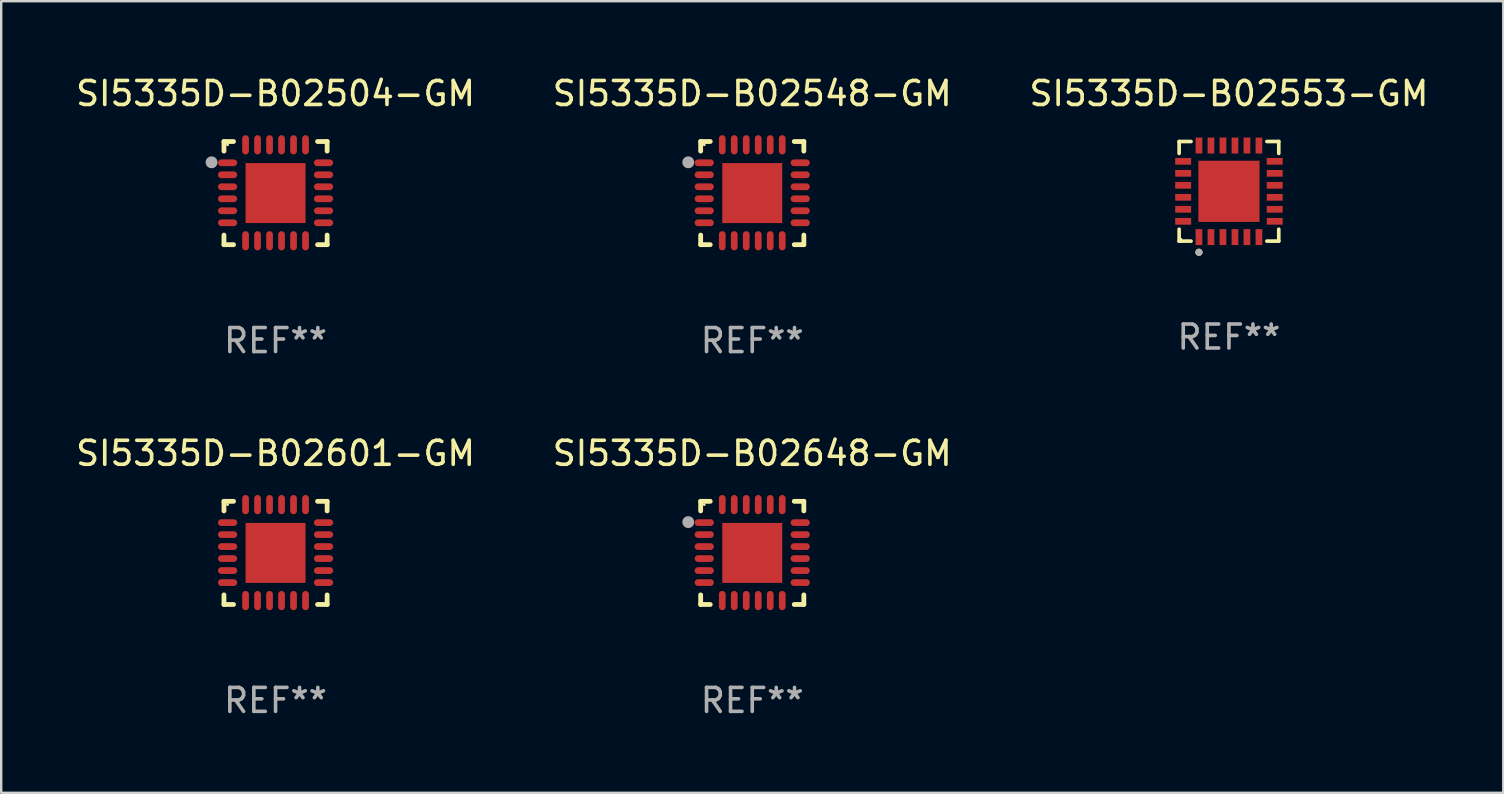
<source format=kicad_pcb>
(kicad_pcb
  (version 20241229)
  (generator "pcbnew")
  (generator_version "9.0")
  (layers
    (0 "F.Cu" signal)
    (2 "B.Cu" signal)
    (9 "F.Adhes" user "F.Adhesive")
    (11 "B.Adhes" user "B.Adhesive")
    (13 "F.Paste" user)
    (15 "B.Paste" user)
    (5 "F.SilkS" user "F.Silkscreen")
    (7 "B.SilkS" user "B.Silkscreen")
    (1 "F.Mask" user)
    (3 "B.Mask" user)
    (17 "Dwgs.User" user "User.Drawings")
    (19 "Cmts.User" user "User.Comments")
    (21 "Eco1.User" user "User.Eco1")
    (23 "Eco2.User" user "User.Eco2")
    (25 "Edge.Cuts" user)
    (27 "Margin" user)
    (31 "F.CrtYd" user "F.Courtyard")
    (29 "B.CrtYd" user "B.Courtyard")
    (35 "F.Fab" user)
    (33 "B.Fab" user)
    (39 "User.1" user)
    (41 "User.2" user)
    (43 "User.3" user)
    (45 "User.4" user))
  (footprint "SI5335D-B02504-GM"
    (layer "F.Cu")
    (at 8.435 4.998)
    (property "Reference" "SI5335D-B02504-GM" (at 0 -4.15 0) (layer "F.SilkS") (effects (font (size 1 1) (thickness 0.15))))
    (attr through_hole)
    (fp_line (start -2.15 -2.15) (end -1.75 -2.15) (stroke (width 0.2) (type solid)) (layer "F.SilkS"))
    (fp_line (start -2.15 -1.75) (end -2.15 -2.15) (stroke (width 0.2) (type solid)) (layer "F.SilkS"))
    (fp_line (start -2.15 2.15) (end -2.15 1.75) (stroke (width 0.2) (type solid)) (layer "F.SilkS"))
    (fp_line (start -1.75 2.15) (end -2.15 2.15) (stroke (width 0.2) (type solid)) (layer "F.SilkS"))
    (fp_line (start 1.75 -2.15) (end 2.15 -2.15) (stroke (width 0.2) (type solid)) (layer "F.SilkS"))
    (fp_line (start 1.75 2.15) (end 2.15 2.15) (stroke (width 0.2) (type solid)) (layer "F.SilkS"))
    (fp_line (start 2.15 -2.15) (end 2.15 -1.75) (stroke (width 0.2) (type solid)) (layer "F.SilkS"))
    (fp_line (start 2.15 2.15) (end 2.15 1.75) (stroke (width 0.2) (type solid)) (layer "F.SilkS"))
    (fp_circle (center -2 -2.013) (end -1.97 -2.013) (stroke (width 0.06) (type solid)) (fill no) (layer "F.SilkS"))
    (fp_circle (center -2.667 -1.283) (end -2.542 -1.283) (stroke (width 0.25) (type solid)) (fill no) (layer "F.Fab"))
    (fp_text user "REF**" (at 0 6.15 0) (layer "F.Fab") (effects (font (size 1 1) (thickness 0.15))))
    (pad "1" smd oval (at -2 -1.263) (size 0.8 0.28) (layers "F.Cu" "F.Mask" "F.Paste"))
    (pad "2" smd oval (at -2 -0.763) (size 0.8 0.28) (layers "F.Cu" "F.Mask" "F.Paste"))
    (pad "3" smd oval (at -2 -0.263) (size 0.8 0.28) (layers "F.Cu" "F.Mask" "F.Paste"))
    (pad "4" smd oval (at -2 0.237) (size 0.8 0.28) (layers "F.Cu" "F.Mask" "F.Paste"))
    (pad "5" smd oval (at -2 0.737) (size 0.8 0.28) (layers "F.Cu" "F.Mask" "F.Paste"))
    (pad "6" smd oval (at -2 1.237) (size 0.8 0.28) (layers "F.Cu" "F.Mask" "F.Paste"))
    (pad "7" smd oval (at -1.25 1.987) (size 0.28 0.8) (layers "F.Cu" "F.Mask" "F.Paste"))
    (pad "8" smd oval (at -0.75 1.987) (size 0.28 0.8) (layers "F.Cu" "F.Mask" "F.Paste"))
    (pad "9" smd oval (at -0.25 1.987) (size 0.28 0.8) (layers "F.Cu" "F.Mask" "F.Paste"))
    (pad "10" smd oval (at 0.25 1.987) (size 0.28 0.8) (layers "F.Cu" "F.Mask" "F.Paste"))
    (pad "11" smd oval (at 0.75 1.987) (size 0.28 0.8) (layers "F.Cu" "F.Mask" "F.Paste"))
    (pad "12" smd oval (at 1.25 1.987) (size 0.28 0.8) (layers "F.Cu" "F.Mask" "F.Paste"))
    (pad "13" smd oval (at 2 1.237) (size 0.8 0.28) (layers "F.Cu" "F.Mask" "F.Paste"))
    (pad "14" smd oval (at 2 0.737) (size 0.8 0.28) (layers "F.Cu" "F.Mask" "F.Paste"))
    (pad "15" smd oval (at 2 0.237) (size 0.8 0.28) (layers "F.Cu" "F.Mask" "F.Paste"))
    (pad "16" smd oval (at 2 -0.263) (size 0.8 0.28) (layers "F.Cu" "F.Mask" "F.Paste"))
    (pad "17" smd oval (at 2 -0.763) (size 0.8 0.28) (layers "F.Cu" "F.Mask" "F.Paste"))
    (pad "18" smd oval (at 2 -1.263) (size 0.8 0.28) (layers "F.Cu" "F.Mask" "F.Paste"))
    (pad "19" smd oval (at 1.25 -2.013) (size 0.28 0.8) (layers "F.Cu" "F.Mask" "F.Paste"))
    (pad "20" smd oval (at 0.75 -2.013) (size 0.28 0.8) (layers "F.Cu" "F.Mask" "F.Paste"))
    (pad "21" smd oval (at 0.25 -2.013) (size 0.28 0.8) (layers "F.Cu" "F.Mask" "F.Paste"))
    (pad "22" smd oval (at -0.25 -2.013) (size 0.28 0.8) (layers "F.Cu" "F.Mask" "F.Paste"))
    (pad "23" smd oval (at -0.75 -2.013) (size 0.28 0.8) (layers "F.Cu" "F.Mask" "F.Paste"))
    (pad "24" smd oval (at -1.25 -2.013) (size 0.28 0.8) (layers "F.Cu" "F.Mask" "F.Paste"))
    (pad "25" smd rect (at -0.000127 -0.00014) (size 2.5 2.5) (layers "F.Cu" "F.Mask" "F.Paste")))
  (footprint "SI5335D-B02648-GM"
    (layer "F.Cu")
    (at 28.304 19.995)
    (property "Reference" "SI5335D-B02648-GM" (at 0 -4.15 0) (layer "F.SilkS") (effects (font (size 1 1) (thickness 0.15))))
    (attr through_hole)
    (fp_line (start -2.15 -2.15) (end -1.75 -2.15) (stroke (width 0.2) (type solid)) (layer "F.SilkS"))
    (fp_line (start -2.15 -1.75) (end -2.15 -2.15) (stroke (width 0.2) (type solid)) (layer "F.SilkS"))
    (fp_line (start -2.15 2.15) (end -2.15 1.75) (stroke (width 0.2) (type solid)) (layer "F.SilkS"))
    (fp_line (start -1.75 2.15) (end -2.15 2.15) (stroke (width 0.2) (type solid)) (layer "F.SilkS"))
    (fp_line (start 1.75 -2.15) (end 2.15 -2.15) (stroke (width 0.2) (type solid)) (layer "F.SilkS"))
    (fp_line (start 1.75 2.15) (end 2.15 2.15) (stroke (width 0.2) (type solid)) (layer "F.SilkS"))
    (fp_line (start 2.15 -2.15) (end 2.15 -1.75) (stroke (width 0.2) (type solid)) (layer "F.SilkS"))
    (fp_line (start 2.15 2.15) (end 2.15 1.75) (stroke (width 0.2) (type solid)) (layer "F.SilkS"))
    (fp_circle (center -2 -2.013) (end -1.97 -2.013) (stroke (width 0.06) (type solid)) (fill no) (layer "F.SilkS"))
    (fp_circle (center -2.667 -1.283) (end -2.542 -1.283) (stroke (width 0.25) (type solid)) (fill no) (layer "F.Fab"))
    (fp_text user "REF**" (at 0 6.15 0) (layer "F.Fab") (effects (font (size 1 1) (thickness 0.15))))
    (pad "1" smd oval (at -2 -1.263) (size 0.8 0.28) (layers "F.Cu" "F.Mask" "F.Paste"))
    (pad "2" smd oval (at -2 -0.763) (size 0.8 0.28) (layers "F.Cu" "F.Mask" "F.Paste"))
    (pad "3" smd oval (at -2 -0.263) (size 0.8 0.28) (layers "F.Cu" "F.Mask" "F.Paste"))
    (pad "4" smd oval (at -2 0.237) (size 0.8 0.28) (layers "F.Cu" "F.Mask" "F.Paste"))
    (pad "5" smd oval (at -2 0.737) (size 0.8 0.28) (layers "F.Cu" "F.Mask" "F.Paste"))
    (pad "6" smd oval (at -2 1.237) (size 0.8 0.28) (layers "F.Cu" "F.Mask" "F.Paste"))
    (pad "7" smd oval (at -1.25 1.987) (size 0.28 0.8) (layers "F.Cu" "F.Mask" "F.Paste"))
    (pad "8" smd oval (at -0.75 1.987) (size 0.28 0.8) (layers "F.Cu" "F.Mask" "F.Paste"))
    (pad "9" smd oval (at -0.25 1.987) (size 0.28 0.8) (layers "F.Cu" "F.Mask" "F.Paste"))
    (pad "10" smd oval (at 0.25 1.987) (size 0.28 0.8) (layers "F.Cu" "F.Mask" "F.Paste"))
    (pad "11" smd oval (at 0.75 1.987) (size 0.28 0.8) (layers "F.Cu" "F.Mask" "F.Paste"))
    (pad "12" smd oval (at 1.25 1.987) (size 0.28 0.8) (layers "F.Cu" "F.Mask" "F.Paste"))
    (pad "13" smd oval (at 2 1.237) (size 0.8 0.28) (layers "F.Cu" "F.Mask" "F.Paste"))
    (pad "14" smd oval (at 2 0.737) (size 0.8 0.28) (layers "F.Cu" "F.Mask" "F.Paste"))
    (pad "15" smd oval (at 2 0.237) (size 0.8 0.28) (layers "F.Cu" "F.Mask" "F.Paste"))
    (pad "16" smd oval (at 2 -0.263) (size 0.8 0.28) (layers "F.Cu" "F.Mask" "F.Paste"))
    (pad "17" smd oval (at 2 -0.763) (size 0.8 0.28) (layers "F.Cu" "F.Mask" "F.Paste"))
    (pad "18" smd oval (at 2 -1.263) (size 0.8 0.28) (layers "F.Cu" "F.Mask" "F.Paste"))
    (pad "19" smd oval (at 1.25 -2.013) (size 0.28 0.8) (layers "F.Cu" "F.Mask" "F.Paste"))
    (pad "20" smd oval (at 0.75 -2.013) (size 0.28 0.8) (layers "F.Cu" "F.Mask" "F.Paste"))
    (pad "21" smd oval (at 0.25 -2.013) (size 0.28 0.8) (layers "F.Cu" "F.Mask" "F.Paste"))
    (pad "22" smd oval (at -0.25 -2.013) (size 0.28 0.8) (layers "F.Cu" "F.Mask" "F.Paste"))
    (pad "23" smd oval (at -0.75 -2.013) (size 0.28 0.8) (layers "F.Cu" "F.Mask" "F.Paste"))
    (pad "24" smd oval (at -1.25 -2.013) (size 0.28 0.8) (layers "F.Cu" "F.Mask" "F.Paste"))
    (pad "25" smd rect (at -0.000127 -0.00014) (size 2.5 2.5) (layers "F.Cu" "F.Mask" "F.Paste")))
  (footprint "SI5335D-B02601-GM"
    (layer "F.Cu")
    (at 8.435 19.995)
    (property "Reference" "SI5335D-B02601-GM" (at 0 -4.15 0) (layer "F.SilkS") (effects (font (size 1 1) (thickness 0.15))))
    (attr through_hole)
    (fp_line (start -2.15 -2.15) (end -1.75 -2.15) (stroke (width 0.2) (type solid)) (layer "F.SilkS"))
    (fp_line (start -2.15 -1.75) (end -2.15 -2.15) (stroke (width 0.2) (type solid)) (layer "F.SilkS"))
    (fp_line (start -2.15 2.15) (end -2.15 1.75) (stroke (width 0.2) (type solid)) (layer "F.SilkS"))
    (fp_line (start -1.75 2.15) (end -2.15 2.15) (stroke (width 0.2) (type solid)) (layer "F.SilkS"))
    (fp_line (start 1.75 -2.15) (end 2.15 -2.15) (stroke (width 0.2) (type solid)) (layer "F.SilkS"))
    (fp_line (start 1.75 2.15) (end 2.15 2.15) (stroke (width 0.2) (type solid)) (layer "F.SilkS"))
    (fp_line (start 2.15 -2.15) (end 2.15 -1.75) (stroke (width 0.2) (type solid)) (layer "F.SilkS"))
    (fp_line (start 2.15 2.15) (end 2.15 1.75) (stroke (width 0.2) (type solid)) (layer "F.SilkS"))
    (fp_circle (center -2 -2.013) (end -1.97 -2.013) (stroke (width 0.06) (type solid)) (fill no) (layer "F.SilkS"))
    (fp_text user "REF**" (at 0 6.15 0) (layer "F.Fab") (effects (font (size 1 1) (thickness 0.15))))
    (pad "1" smd oval (at -2 -1.263) (size 0.8 0.28) (layers "F.Cu" "F.Mask" "F.Paste"))
    (pad "2" smd oval (at -2 -0.763) (size 0.8 0.28) (layers "F.Cu" "F.Mask" "F.Paste"))
    (pad "3" smd oval (at -2 -0.263) (size 0.8 0.28) (layers "F.Cu" "F.Mask" "F.Paste"))
    (pad "4" smd oval (at -2 0.237) (size 0.8 0.28) (layers "F.Cu" "F.Mask" "F.Paste"))
    (pad "5" smd oval (at -2 0.737) (size 0.8 0.28) (layers "F.Cu" "F.Mask" "F.Paste"))
    (pad "6" smd oval (at -2 1.237) (size 0.8 0.28) (layers "F.Cu" "F.Mask" "F.Paste"))
    (pad "7" smd oval (at -1.25 1.987) (size 0.28 0.8) (layers "F.Cu" "F.Mask" "F.Paste"))
    (pad "8" smd oval (at -0.75 1.987) (size 0.28 0.8) (layers "F.Cu" "F.Mask" "F.Paste"))
    (pad "9" smd oval (at -0.25 1.987) (size 0.28 0.8) (layers "F.Cu" "F.Mask" "F.Paste"))
    (pad "10" smd oval (at 0.25 1.987) (size 0.28 0.8) (layers "F.Cu" "F.Mask" "F.Paste"))
    (pad "11" smd oval (at 0.75 1.987) (size 0.28 0.8) (layers "F.Cu" "F.Mask" "F.Paste"))
    (pad "12" smd oval (at 1.25 1.987) (size 0.28 0.8) (layers "F.Cu" "F.Mask" "F.Paste"))
    (pad "13" smd oval (at 2 1.237) (size 0.8 0.28) (layers "F.Cu" "F.Mask" "F.Paste"))
    (pad "14" smd oval (at 2 0.737) (size 0.8 0.28) (layers "F.Cu" "F.Mask" "F.Paste"))
    (pad "15" smd oval (at 2 0.237) (size 0.8 0.28) (layers "F.Cu" "F.Mask" "F.Paste"))
    (pad "16" smd oval (at 2 -0.263) (size 0.8 0.28) (layers "F.Cu" "F.Mask" "F.Paste"))
    (pad "17" smd oval (at 2 -0.763) (size 0.8 0.28) (layers "F.Cu" "F.Mask" "F.Paste"))
    (pad "18" smd oval (at 2 -1.263) (size 0.8 0.28) (layers "F.Cu" "F.Mask" "F.Paste"))
    (pad "19" smd oval (at 1.25 -2.013) (size 0.28 0.8) (layers "F.Cu" "F.Mask" "F.Paste"))
    (pad "20" smd oval (at 0.75 -2.013) (size 0.28 0.8) (layers "F.Cu" "F.Mask" "F.Paste"))
    (pad "21" smd oval (at 0.25 -2.013) (size 0.28 0.8) (layers "F.Cu" "F.Mask" "F.Paste"))
    (pad "22" smd oval (at -0.25 -2.013) (size 0.28 0.8) (layers "F.Cu" "F.Mask" "F.Paste"))
    (pad "23" smd oval (at -0.75 -2.013) (size 0.28 0.8) (layers "F.Cu" "F.Mask" "F.Paste"))
    (pad "24" smd oval (at -1.25 -2.013) (size 0.28 0.8) (layers "F.Cu" "F.Mask" "F.Paste"))
    (pad "25" smd rect (at -0.000102 -0.00014) (size 2.5 2.5) (layers "F.Cu" "F.Mask" "F.Paste")))
  (footprint "SI5335D-B02553-GM"
    (layer "F.Cu")
    (at 48.173 4.924)
    (property "Reference" "SI5335D-B02553-GM" (at 0 -4.076 0) (layer "F.SilkS") (effects (font (size 1 1) (thickness 0.15))))
    (attr through_hole)
    (fp_line (start -2.076 -2.076) (end -1.58 -2.076) (stroke (width 0.152) (type solid)) (layer "F.SilkS"))
    (fp_line (start -2.076 -1.58) (end -2.076 -2.076) (stroke (width 0.152) (type solid)) (layer "F.SilkS"))
    (fp_line (start -2.076 1.58) (end -2.076 2.076) (stroke (width 0.152) (type solid)) (layer "F.SilkS"))
    (fp_line (start -2.076 2.076) (end -1.58 2.076) (stroke (width 0.152) (type solid)) (layer "F.SilkS"))
    (fp_line (start 2.076 -2.076) (end 1.58 -2.076) (stroke (width 0.152) (type solid)) (layer "F.SilkS"))
    (fp_line (start 2.076 -1.58) (end 2.076 -2.076) (stroke (width 0.152) (type solid)) (layer "F.SilkS"))
    (fp_line (start 2.076 1.58) (end 2.076 2.076) (stroke (width 0.152) (type solid)) (layer "F.SilkS"))
    (fp_line (start 2.076 2.076) (end 1.58 2.076) (stroke (width 0.152) (type solid)) (layer "F.SilkS"))
    (fp_circle (center -2 2) (end -1.97 2) (stroke (width 0.06) (type solid)) (fill no) (layer "F.SilkS"))
    (fp_circle (center -1.25 2.54) (end -1.175 2.54) (stroke (width 0.15) (type solid)) (fill no) (layer "F.SilkS"))
    (fp_circle (center -1.25 2.54) (end -1.175 2.54) (stroke (width 0.15) (type solid)) (fill no) (layer "F.Fab"))
    (fp_text user "REF**" (at 0 6.076 0) (layer "F.Fab") (effects (font (size 1 1) (thickness 0.15))))
    (pad "1" smd rect (at -1.25 1.908) (size 0.28 0.665) (layers "F.Cu" "F.Mask" "F.Paste"))
    (pad "2" smd rect (at -0.75 1.908) (size 0.28 0.665) (layers "F.Cu" "F.Mask" "F.Paste"))
    (pad "3" smd rect (at -0.25 1.908) (size 0.28 0.665) (layers "F.Cu" "F.Mask" "F.Paste"))
    (pad "4" smd rect (at 0.25 1.908) (size 0.28 0.665) (layers "F.Cu" "F.Mask" "F.Paste"))
    (pad "5" smd rect (at 0.75 1.908) (size 0.28 0.665) (layers "F.Cu" "F.Mask" "F.Paste"))
    (pad "6" smd rect (at 1.25 1.908) (size 0.28 0.665) (layers "F.Cu" "F.Mask" "F.Paste"))
    (pad "7" smd rect (at 1.908 1.25) (size 0.665 0.28) (layers "F.Cu" "F.Mask" "F.Paste"))
    (pad "8" smd rect (at 1.908 0.75) (size 0.665 0.28) (layers "F.Cu" "F.Mask" "F.Paste"))
    (pad "9" smd rect (at 1.908 0.25) (size 0.665 0.28) (layers "F.Cu" "F.Mask" "F.Paste"))
    (pad "10" smd rect (at 1.908 -0.25) (size 0.665 0.28) (layers "F.Cu" "F.Mask" "F.Paste"))
    (pad "11" smd rect (at 1.908 -0.75) (size 0.665 0.28) (layers "F.Cu" "F.Mask" "F.Paste"))
    (pad "12" smd rect (at 1.908 -1.25) (size 0.665 0.28) (layers "F.Cu" "F.Mask" "F.Paste"))
    (pad "13" smd rect (at 1.25 -1.908) (size 0.28 0.665) (layers "F.Cu" "F.Mask" "F.Paste"))
    (pad "14" smd rect (at 0.75 -1.908) (size 0.28 0.665) (layers "F.Cu" "F.Mask" "F.Paste"))
    (pad "15" smd rect (at 0.25 -1.908) (size 0.28 0.665) (layers "F.Cu" "F.Mask" "F.Paste"))
    (pad "16" smd rect (at -0.25 -1.908) (size 0.28 0.665) (layers "F.Cu" "F.Mask" "F.Paste"))
    (pad "17" smd rect (at -0.75 -1.908) (size 0.28 0.665) (layers "F.Cu" "F.Mask" "F.Paste"))
    (pad "18" smd rect (at -1.25 -1.908) (size 0.28 0.665) (layers "F.Cu" "F.Mask" "F.Paste"))
    (pad "19" smd rect (at -1.908 -1.25) (size 0.665 0.28) (layers "F.Cu" "F.Mask" "F.Paste"))
    (pad "20" smd rect (at -1.908 -0.75) (size 0.665 0.28) (layers "F.Cu" "F.Mask" "F.Paste"))
    (pad "21" smd rect (at -1.908 -0.25) (size 0.665 0.28) (layers "F.Cu" "F.Mask" "F.Paste"))
    (pad "22" smd rect (at -1.908 0.25) (size 0.665 0.28) (layers "F.Cu" "F.Mask" "F.Paste"))
    (pad "23" smd rect (at -1.908 0.75) (size 0.665 0.28) (layers "F.Cu" "F.Mask" "F.Paste"))
    (pad "24" smd rect (at -1.908 1.25) (size 0.665 0.28) (layers "F.Cu" "F.Mask" "F.Paste"))
    (pad "25" smd rect (at 0 0) (size 2.55 2.55) (layers "F.Cu" "F.Mask" "F.Paste")))
  (footprint "SI5335D-B02548-GM"
    (layer "F.Cu")
    (at 28.304 4.998)
    (property "Reference" "SI5335D-B02548-GM" (at 0 -4.15 0) (layer "F.SilkS") (effects (font (size 1 1) (thickness 0.15))))
    (attr through_hole)
    (fp_line (start -2.15 -2.15) (end -1.75 -2.15) (stroke (width 0.2) (type solid)) (layer "F.SilkS"))
    (fp_line (start -2.15 -1.75) (end -2.15 -2.15) (stroke (width 0.2) (type solid)) (layer "F.SilkS"))
    (fp_line (start -2.15 2.15) (end -2.15 1.75) (stroke (width 0.2) (type solid)) (layer "F.SilkS"))
    (fp_line (start -1.75 2.15) (end -2.15 2.15) (stroke (width 0.2) (type solid)) (layer "F.SilkS"))
    (fp_line (start 1.75 -2.15) (end 2.15 -2.15) (stroke (width 0.2) (type solid)) (layer "F.SilkS"))
    (fp_line (start 1.75 2.15) (end 2.15 2.15) (stroke (width 0.2) (type solid)) (layer "F.SilkS"))
    (fp_line (start 2.15 -2.15) (end 2.15 -1.75) (stroke (width 0.2) (type solid)) (layer "F.SilkS"))
    (fp_line (start 2.15 2.15) (end 2.15 1.75) (stroke (width 0.2) (type solid)) (layer "F.SilkS"))
    (fp_circle (center -2 -2.013) (end -1.97 -2.013) (stroke (width 0.06) (type solid)) (fill no) (layer "F.SilkS"))
    (fp_circle (center -2.667 -1.283) (end -2.542 -1.283) (stroke (width 0.25) (type solid)) (fill no) (layer "F.Fab"))
    (fp_text user "REF**" (at 0 6.15 0) (layer "F.Fab") (effects (font (size 1 1) (thickness 0.15))))
    (pad "1" smd oval (at -2 -1.263) (size 0.8 0.28) (layers "F.Cu" "F.Mask" "F.Paste"))
    (pad "2" smd oval (at -2 -0.763) (size 0.8 0.28) (layers "F.Cu" "F.Mask" "F.Paste"))
    (pad "3" smd oval (at -2 -0.263) (size 0.8 0.28) (layers "F.Cu" "F.Mask" "F.Paste"))
    (pad "4" smd oval (at -2 0.237) (size 0.8 0.28) (layers "F.Cu" "F.Mask" "F.Paste"))
    (pad "5" smd oval (at -2 0.737) (size 0.8 0.28) (layers "F.Cu" "F.Mask" "F.Paste"))
    (pad "6" smd oval (at -2 1.237) (size 0.8 0.28) (layers "F.Cu" "F.Mask" "F.Paste"))
    (pad "7" smd oval (at -1.25 1.987) (size 0.28 0.8) (layers "F.Cu" "F.Mask" "F.Paste"))
    (pad "8" smd oval (at -0.75 1.987) (size 0.28 0.8) (layers "F.Cu" "F.Mask" "F.Paste"))
    (pad "9" smd oval (at -0.25 1.987) (size 0.28 0.8) (layers "F.Cu" "F.Mask" "F.Paste"))
    (pad "10" smd oval (at 0.25 1.987) (size 0.28 0.8) (layers "F.Cu" "F.Mask" "F.Paste"))
    (pad "11" smd oval (at 0.75 1.987) (size 0.28 0.8) (layers "F.Cu" "F.Mask" "F.Paste"))
    (pad "12" smd oval (at 1.25 1.987) (size 0.28 0.8) (layers "F.Cu" "F.Mask" "F.Paste"))
    (pad "13" smd oval (at 2 1.237) (size 0.8 0.28) (layers "F.Cu" "F.Mask" "F.Paste"))
    (pad "14" smd oval (at 2 0.737) (size 0.8 0.28) (layers "F.Cu" "F.Mask" "F.Paste"))
    (pad "15" smd oval (at 2 0.237) (size 0.8 0.28) (layers "F.Cu" "F.Mask" "F.Paste"))
    (pad "16" smd oval (at 2 -0.263) (size 0.8 0.28) (layers "F.Cu" "F.Mask" "F.Paste"))
    (pad "17" smd oval (at 2 -0.763) (size 0.8 0.28) (layers "F.Cu" "F.Mask" "F.Paste"))
    (pad "18" smd oval (at 2 -1.263) (size 0.8 0.28) (layers "F.Cu" "F.Mask" "F.Paste"))
    (pad "19" smd oval (at 1.25 -2.013) (size 0.28 0.8) (layers "F.Cu" "F.Mask" "F.Paste"))
    (pad "20" smd oval (at 0.75 -2.013) (size 0.28 0.8) (layers "F.Cu" "F.Mask" "F.Paste"))
    (pad "21" smd oval (at 0.25 -2.013) (size 0.28 0.8) (layers "F.Cu" "F.Mask" "F.Paste"))
    (pad "22" smd oval (at -0.25 -2.013) (size 0.28 0.8) (layers "F.Cu" "F.Mask" "F.Paste"))
    (pad "23" smd oval (at -0.75 -2.013) (size 0.28 0.8) (layers "F.Cu" "F.Mask" "F.Paste"))
    (pad "24" smd oval (at -1.25 -2.013) (size 0.28 0.8) (layers "F.Cu" "F.Mask" "F.Paste"))
    (pad "25" smd rect (at -0.000127 -0.00014) (size 2.5 2.5) (layers "F.Cu" "F.Mask" "F.Paste")))
  (gr_rect
    (start -3 -3)
    (end 59.607 29.993)
    (stroke (width 0.1) (type default))
    (fill no)
    (layer "Edge.Cuts")))
</source>
